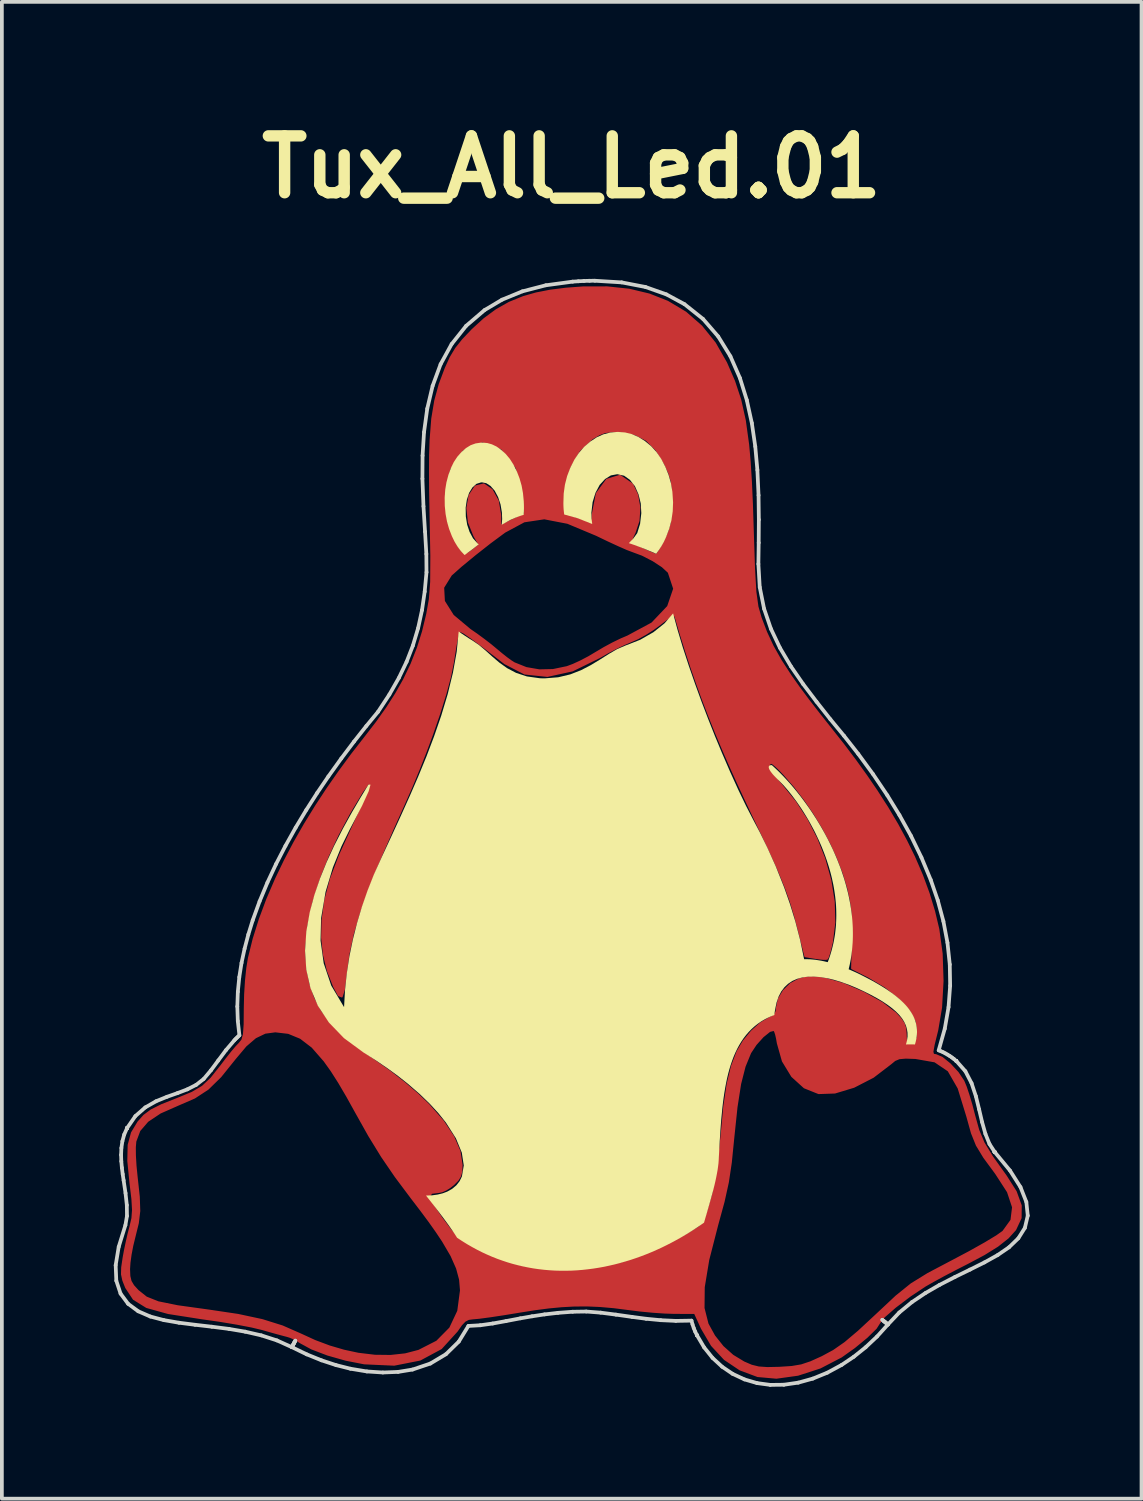
<source format=kicad_pcb>
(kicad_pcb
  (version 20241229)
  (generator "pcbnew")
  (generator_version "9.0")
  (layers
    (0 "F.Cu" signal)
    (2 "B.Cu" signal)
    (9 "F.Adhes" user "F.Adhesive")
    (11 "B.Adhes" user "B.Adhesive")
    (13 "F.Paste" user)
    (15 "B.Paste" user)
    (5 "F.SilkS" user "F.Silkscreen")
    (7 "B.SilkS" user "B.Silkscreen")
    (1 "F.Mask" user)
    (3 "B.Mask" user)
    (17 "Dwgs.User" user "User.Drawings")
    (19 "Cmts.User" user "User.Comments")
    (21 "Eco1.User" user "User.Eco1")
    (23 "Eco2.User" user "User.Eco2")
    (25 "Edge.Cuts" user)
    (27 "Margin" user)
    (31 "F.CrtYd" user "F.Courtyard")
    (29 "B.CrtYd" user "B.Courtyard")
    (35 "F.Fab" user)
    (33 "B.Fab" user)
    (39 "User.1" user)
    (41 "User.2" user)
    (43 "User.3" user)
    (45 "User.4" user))
  (footprint "Tux_All_Led.01"
    (layer "F.Cu")
    (at 12.27 19.273)
    (property "Reference" "Tux_All_Led.01" (at 0 -17.847 0) (layer "F.SilkS") (effects (font (size 1.524 1.524) (thickness 0.305))))
    (attr smd)
    (fp_poly (pts (xy 4.986 14.558) (xy 4.319 14.007) (xy 4.616 14.187) (xy 4.821 14.275) (xy 5.013 14.322) (xy 5.244 14.338) (xy 5.569 14.331) (xy 5.9 14.309) (xy 6.159 14.265) (xy 6.408 14.182) (xy 6.713 14.044) (xy 6.713 14.044) (xy 7.022 13.877) (xy 7.328 13.664) (xy 7.688 13.36) (xy 8.164 12.918) (xy 8.699 12.417) (xy 9.103 12.091) (xy 9.55 11.815) (xy 10.214 11.465) (xy 10.674 11.221) (xy 11.082 10.992) (xy 11.393 10.804) (xy 11.564 10.683) (xy 11.784 10.378) (xy 11.827 10.03) (xy 11.69 9.618) (xy 11.371 9.125) (xy 11.053 8.693) (xy 10.856 8.368) (xy 10.724 8.04) (xy 10.601 7.597) (xy 10.368 6.839) (xy 10.099 6.371) (xy 9.735 6.125) (xy 9.217 6.034) (xy 8.951 6.025) (xy 8.781 6.04) (xy 8.66 6.09) (xy 8.545 6.185) (xy 8.082 6.539) (xy 7.564 6.806) (xy 7.055 6.96) (xy 6.619 6.975) (xy 6.238 6.822) (xy 5.907 6.522) (xy 5.658 6.113) (xy 5.523 5.634) (xy 5.501 5.507) (xy 5.476 5.398) (xy 5.449 5.319) (xy 5.424 5.28) (xy 5.306 5.311) (xy 5.126 5.456) (xy 4.937 5.666) (xy 4.788 5.891) (xy 4.638 6.258) (xy 4.519 6.724) (xy 4.422 7.346) (xy 4.335 8.175) (xy 4.269 8.834) (xy 4.19 9.362) (xy 4.076 9.879) (xy 3.905 10.504) (xy 3.665 11.439) (xy 3.544 12.172) (xy 3.538 12.734) (xy 3.645 13.158) (xy 3.823 13.481) (xy 4.051 13.768) (xy 4.319 14.007) (xy 4.986 14.558) (xy 4.512 14.381) (xy 4.1 14.104) (xy 2.469 11.076) (xy 3.053 10.787) (xy 3.432 10.556) (xy 3.614 10.259) (xy 3.783 9.702) (xy 3.923 8.951) (xy 4.018 8.076) (xy 4.088 7.319) (xy 4.178 6.721) (xy 4.294 6.246) (xy 4.443 5.857) (xy 4.607 5.579) (xy 4.823 5.317) (xy 5.061 5.102) (xy 5.292 4.963) (xy 5.391 4.913) (xy 5.454 4.854) (xy 5.488 4.781) (xy 5.498 4.685) (xy 5.548 4.454) (xy 5.68 4.23) (xy 5.872 4.042) (xy 6.101 3.92) (xy 6.257 3.878) (xy 6.41 3.862) (xy 6.584 3.872) (xy 6.804 3.907) (xy 7.29 4.049) (xy 7.828 4.281) (xy 8.322 4.556) (xy 8.677 4.828) (xy 8.818 4.98) (xy 8.903 5.107) (xy 8.945 5.235) (xy 8.956 5.389) (xy 8.961 5.53) (xy 8.982 5.616) (xy 9.022 5.659) (xy 9.089 5.671) (xy 9.2 5.621) (xy 9.266 5.486) (xy 9.28 5.285) (xy 9.239 5.039) (xy 9.087 4.751) (xy 8.797 4.434) (xy 8.409 4.124) (xy 7.962 3.857) (xy 7.85 3.801) (xy 7.737 3.744) (xy 7.625 3.688) (xy 7.513 3.631) (xy 7.518 3.432) (xy 7.523 3.233) (xy 7.528 3.033) (xy 7.533 2.834) (xy 7.536 2.419) (xy 7.518 2.085) (xy 7.476 1.785) (xy 7.406 1.473) (xy 7.286 1.076) (xy 7.13 0.67) (xy 6.943 0.261) (xy 6.727 -0.146) (xy 6.497 -0.526) (xy 6.246 -0.893) (xy 5.979 -1.242) (xy 5.696 -1.568) (xy 5.58 -1.689) (xy 5.476 -1.788) (xy 5.395 -1.854) (xy 5.348 -1.879) (xy 5.283 -1.833) (xy 5.315 -1.704) (xy 5.436 -1.51) (xy 5.64 -1.265) (xy 5.994 -0.829) (xy 6.304 -0.351) (xy 6.564 0.157) (xy 6.773 0.685) (xy 6.936 1.267) (xy 7.028 1.843) (xy 7.044 2.399) (xy 6.98 2.92) (xy 6.941 3.088) (xy 6.903 3.229) (xy 6.87 3.329) (xy 6.847 3.372) (xy 6.809 3.379) (xy 6.737 3.377) (xy 6.641 3.368) (xy 6.532 3.352) (xy 6.464 3.341) (xy 6.396 3.33) (xy 6.328 3.318) (xy 6.26 3.307) (xy 6.218 3.139) (xy 6.176 2.972) (xy 6.134 2.804) (xy 6.092 2.637) (xy 5.982 2.218) (xy 5.869 1.843) (xy 5.735 1.468) (xy 5.564 1.05) (xy 5.431 0.748) (xy 5.272 0.402) (xy 5.083 -0.000007) (xy 4.86 -0.468) (xy 4.642 -0.929) (xy 4.437 -1.371) (xy 4.245 -1.797) (xy 4.064 -2.21) (xy 3.871 -2.667) (xy 3.691 -3.113) (xy 3.521 -3.553) (xy 3.361 -3.991) (xy 3.206 -4.435) (xy 3.058 -4.884) (xy 2.915 -5.343) (xy 2.776 -5.814) (xy 2.739 -5.832) (xy 2.657 -5.8) (xy 2.531 -5.719) (xy 2.367 -5.592) (xy 2.187 -5.46) (xy 1.982 -5.33) (xy 1.777 -5.216) (xy 1.596 -5.136) (xy 1.41 -5.057) (xy 1.188 -4.951) (xy 0.959 -4.83) (xy 0.751 -4.71) (xy 0.022 -4.353) (xy -0.651 -4.205) (xy -1.257 -4.269) (xy -1.787 -4.543) (xy -2.313 -4.948) (xy -2.67 -5.214) (xy -2.882 -5.361) (xy -2.975 -5.407) (xy -3.018 -5.383) (xy -3.058 -5.273) (xy -3.107 -5.018) (xy -3.18 -4.56) (xy -3.255 -4.188) (xy -3.378 -3.73) (xy -3.541 -3.207) (xy -3.738 -2.636) (xy -3.909 -2.175) (xy -4.094 -1.705) (xy -4.288 -1.237) (xy -4.49 -0.778) (xy -4.781 -0.13) (xy -5.034 0.45) (xy -5.252 0.968) (xy -5.438 1.432) (xy -5.684 2.113) (xy -5.859 2.702) (xy -5.975 3.235) (xy -6.046 3.75) (xy -6.099 4.192) (xy -6.159 4.386) (xy -6.243 4.352) (xy -6.371 4.114) (xy -6.537 3.692) (xy -6.643 3.258) (xy -6.691 2.808) (xy -6.68 2.34) (xy -6.605 1.794) (xy -6.457 1.238) (xy -6.214 0.599) (xy -5.85 -0.199) (xy -5.55 -0.861) (xy -5.402 -1.266) (xy -5.419 -1.364) (xy -5.614 -1.102) (xy -5.959 -0.526) (xy -6.264 0.046) (xy -6.527 0.609) (xy -6.747 1.159) (xy -6.969 1.855) (xy -7.109 2.507) (xy -7.165 3.106) (xy -7.134 3.639) (xy -7.048 4.054) (xy -6.922 4.424) (xy -6.745 4.762) (xy -6.507 5.082) (xy -6.276 5.324) (xy -5.999 5.571) (xy -5.669 5.828) (xy -5.283 6.102) (xy -4.858 6.404) (xy -4.474 6.704) (xy -4.13 6.999) (xy -3.829 7.288) (xy -3.447 7.723) (xy -3.17 8.139) (xy -3.001 8.532) (xy -2.945 8.899) (xy -2.953 9.071) (xy -2.986 9.198) (xy -3.054 9.306) (xy -3.169 9.421) (xy -3.269 9.499) (xy -3.374 9.563) (xy -3.472 9.607) (xy -3.551 9.623) (xy -3.758 9.649) (xy -3.819 9.748) (xy -3.729 9.958) (xy -3.486 10.318) (xy -3.243 10.643) (xy -3.042 10.854) (xy -2.801 11.018) (xy -2.439 11.205) (xy -2.153 11.336) (xy -1.845 11.459) (xy -1.552 11.561) (xy -1.31 11.628) (xy -0.715 11.703) (xy -0.004 11.708) (xy 0.715 11.649) (xy 1.336 11.528) (xy 1.336 11.528) (xy 1.336 11.528) (xy 1.336 11.528) (xy 1.336 11.528) (xy 1.336 11.528) (xy 1.843 11.348) (xy 2.469 11.076) (xy 4.1 14.104) (xy 3.755 13.732) (xy 3.486 13.273) (xy 3.44 13.172) (xy 3.394 13.07) (xy 3.347 12.969) (xy 3.301 12.867) (xy -2.969 12.26) (xy -2.993 11.969) (xy -3.074 11.667) (xy -3.223 11.33) (xy -3.452 10.939) (xy -3.616 10.693) (xy -3.808 10.421) (xy -4.032 10.119) (xy -4.289 9.783) (xy -4.717 9.211) (xy -5.085 8.673) (xy -5.43 8.111) (xy -5.79 7.469) (xy -6.022 7.051) (xy -6.236 6.687) (xy -6.436 6.373) (xy -6.626 6.107) (xy -6.949 5.737) (xy -7.265 5.495) (xy -7.59 5.361) (xy -7.942 5.32) (xy -8.216 5.357) (xy -8.474 5.481) (xy -8.734 5.704) (xy -9.016 6.039) (xy -9.41 6.529) (xy -9.749 6.861) (xy -10.107 7.095) (xy -10.556 7.29) (xy -11.027 7.498) (xy -11.364 7.723) (xy -11.581 7.975) (xy -11.69 8.266) (xy -11.703 8.421) (xy -11.701 8.648) (xy -11.685 8.918) (xy -11.657 9.199) (xy -11.597 9.749) (xy -11.584 10.131) (xy -11.623 10.457) (xy -11.717 10.838) (xy -11.772 11.063) (xy -11.817 11.299) (xy -11.847 11.518) (xy -11.858 11.691) (xy -11.85 11.878) (xy -11.817 12.015) (xy -11.746 12.135) (xy -11.625 12.268) (xy -11.399 12.448) (xy -11.081 12.575) (xy -10.559 12.681) (xy -9.722 12.797) (xy -8.938 12.914) (xy -8.295 13.052) (xy -7.752 13.222) (xy -7.265 13.436) (xy -6.879 13.613) (xy -6.489 13.759) (xy -6.1 13.873) (xy -5.717 13.955) (xy -5.274 14.008) (xy -4.852 14.013) (xy -4.457 13.97) (xy -4.097 13.876) (xy -4.097 13.876) (xy -3.611 13.628) (xy -3.258 13.271) (xy -3.042 12.813) (xy -2.969 12.26) (xy 3.301 12.867) (xy 3.166 12.867) (xy 3.03 12.867) (xy 2.895 12.866) (xy 2.759 12.866) (xy 2.493 12.857) (xy 2.169 12.835) (xy 1.829 12.802) (xy 1.512 12.762) (xy 1.127 12.713) (xy 0.764 12.681) (xy 0.412 12.666) (xy 0.06 12.669) (xy -0.269 12.687) (xy -0.615 12.72) (xy -0.985 12.768) (xy -1.388 12.832) (xy -1.809 12.901) (xy -2.187 12.958) (xy -2.479 12.997) (xy -2.646 13.012) (xy -2.764 13.028) (xy -2.861 13.078) (xy -2.958 13.18) (xy -3.074 13.347) (xy -3.498 13.813) (xy -4.063 14.117) (xy -4.755 14.254) (xy -5.558 14.218) (xy -6.051 14.121) (xy -6.541 13.982) (xy -6.968 13.819) (xy -7.272 13.653) (xy -7.354 13.6) (xy -7.448 13.55) (xy -7.542 13.509) (xy -7.625 13.483) (xy -7.732 13.455) (xy -7.895 13.411) (xy -8.089 13.357) (xy -8.295 13.298) (xy -8.576 13.231) (xy -8.976 13.154) (xy -9.441 13.077) (xy -9.918 13.009) (xy -10.813 12.869) (xy -11.39 12.708) (xy -11.738 12.492) (xy -11.942 12.184) (xy -12.019 11.99) (xy -12.054 11.829) (xy -12.049 11.645) (xy -12.011 11.388) (xy -11.973 11.179) (xy -11.925 10.952) (xy -11.875 10.734) (xy -11.827 10.551) (xy -11.775 10.327) (xy -11.758 10.105) (xy -11.775 9.812) (xy -11.827 9.376) (xy -11.885 8.789) (xy -11.875 8.362) (xy -11.787 8.036) (xy -11.615 7.75) (xy -11.458 7.573) (xy -11.266 7.431) (xy -10.986 7.291) (xy -10.567 7.125) (xy -10.172 6.962) (xy -9.892 6.797) (xy -9.657 6.575) (xy -9.394 6.243) (xy -9.247 6.05) (xy -9.106 5.872) (xy -8.986 5.73) (xy -8.904 5.644) (xy -8.829 5.55) (xy -3.42 -6.21) (xy -3.179 -5.827) (xy -2.725 -5.447) (xy -2.547 -5.324) (xy -2.354 -5.182) (xy -2.167 -5.038) (xy -2.012 -4.909) (xy -1.875 -4.795) (xy -1.741 -4.689) (xy -1.624 -4.604) (xy -1.54 -4.551) (xy -1.218 -4.422) (xy -0.867 -4.361) (xy -0.499 -4.369) (xy -0.124 -4.447) (xy -0.124 -4.447) (xy 0.04 -4.508) (xy 0.242 -4.601) (xy 0.459 -4.715) (xy 0.663 -4.836) (xy 0.872 -4.96) (xy 1.1 -5.083) (xy 1.32 -5.19) (xy 1.505 -5.269) (xy 2.155 -5.619) (xy 2.582 -6.068) (xy 2.745 -6.546) (xy 2.599 -6.987) (xy 2.432 -7.141) (xy 2.181 -7.305) (xy 1.895 -7.452) (xy 1.618 -7.555) (xy 1.488 -7.604) (xy 1.265 -7.702) (xy 0.981 -7.833) (xy 0.665 -7.985) (xy -0.107 -8.308) (xy -0.733 -8.429) (xy -1.274 -8.348) (xy -1.793 -8.069) (xy -2.186 -7.778) (xy -2.597 -7.455) (xy -2.967 -7.15) (xy -3.233 -6.913) (xy -3.44 -6.578) (xy -3.42 -6.21) (xy -8.829 5.55) (xy -8.786 5.401) (xy -8.767 5.135) (xy -8.763 4.694) (xy -8.754 4.325) (xy -8.731 3.957) (xy -8.696 3.622) (xy -8.652 3.352) (xy -8.526 2.843) (xy -8.362 2.319) (xy -8.162 1.781) (xy -7.926 1.232) (xy -7.693 0.748) (xy -7.435 0.258) (xy -7.152 -0.237) (xy -6.845 -0.735) (xy -6.546 -1.19) (xy -6.228 -1.646) (xy -5.892 -2.103) (xy -5.537 -2.559) (xy -5.222 -2.967) (xy -4.946 -3.357) (xy -4.704 -3.736) (xy -4.495 -4.107) (xy -4.294 -4.527) (xy -4.126 -4.955) (xy -3.081 -7.683) (xy -2.97 -7.532) (xy -2.875 -7.469) (xy -2.771 -7.491) (xy -2.632 -7.591) (xy -2.632 -7.591) (xy -2.632 -7.591) (xy -2.592 -7.624) (xy -2.552 -7.657) (xy -2.512 -7.69) (xy -2.472 -7.724) (xy -2.507 -7.782) (xy -2.541 -7.841) (xy -2.575 -7.9) (xy -2.609 -7.959) (xy -2.757 -8.326) (xy -2.799 -8.707) (xy -2.739 -9.047) (xy -2.577 -9.289) (xy -2.355 -9.344) (xy -2.139 -9.196) (xy -1.975 -8.9) (xy -1.91 -8.51) (xy -1.91 -8.44) (xy -1.91 -8.37) (xy -1.91 -8.3) (xy -1.91 -8.231) (xy -1.829 -8.27) (xy -1.748 -8.309) (xy -1.666 -8.349) (xy -1.585 -8.388) (xy -1.504 -8.428) (xy -1.423 -8.467) (xy -1.342 -8.507) (xy -1.261 -8.546) (xy -1.267 -8.662) (xy -1.274 -8.778) (xy -1.281 -8.894) (xy -1.287 -9.01) (xy -1.476 -9.784) (xy -1.877 -10.303) (xy -2.393 -10.49) (xy -2.926 -10.272) (xy -3.274 -9.759) (xy -3.42 -9.081) (xy -3.358 -8.351) (xy -3.081 -7.683) (xy -4.126 -4.955) (xy -3.987 -5.397) (xy -3.874 -5.864) (xy -3.803 -6.265) (xy -3.768 -6.726) (xy -0.199 -9.268) (xy -0.226 -8.681) (xy -0.206 -8.608) (xy -0.154 -8.547) (xy -0.062 -8.495) (xy 0.073 -8.447) (xy 0.193 -8.41) (xy 0.306 -8.374) (xy 0.4 -8.344) (xy 0.461 -8.322) (xy 0.507 -8.317) (xy 0.538 -8.347) (xy 0.554 -8.416) (xy 0.56 -8.528) (xy 0.671 -9.098) (xy 0.944 -9.469) (xy 1.293 -9.574) (xy 1.627 -9.345) (xy 1.761 -9.059) (xy 1.819 -8.718) (xy 1.796 -8.367) (xy 1.692 -8.053) (xy 1.639 -7.942) (xy 1.604 -7.848) (xy 1.59 -7.781) (xy 1.599 -7.751) (xy 1.642 -7.733) (xy 1.72 -7.698) (xy 1.822 -7.651) (xy 1.935 -7.598) (xy 2.049 -7.545) (xy 2.149 -7.502) (xy 2.225 -7.471) (xy 2.265 -7.458) (xy 2.3 -7.488) (xy 2.358 -7.574) (xy 2.431 -7.701) (xy 2.512 -7.858) (xy 2.512 -7.858) (xy 2.616 -8.09) (xy 2.676 -8.299) (xy 2.704 -8.538) (xy 2.712 -8.864) (xy 2.705 -9.193) (xy 2.675 -9.433) (xy 2.611 -9.643) (xy 2.5 -9.884) (xy 2.266 -10.267) (xy 2.004 -10.53) (xy 1.694 -10.687) (xy 1.315 -10.753) (xy 1.072 -10.76) (xy 0.896 -10.74) (xy 0.737 -10.68) (xy 0.549 -10.569) (xy 0.202 -10.246) (xy -0.052 -9.801) (xy -0.199 -9.268) (xy -3.768 -6.726) (xy -3.764 -7.426) (xy -3.785 -8.546) (xy -3.796 -9.147) (xy -3.8 -9.671) (xy -3.797 -10.128) (xy -3.784 -10.526) (xy -3.739 -11.103) (xy -3.659 -11.584) (xy -3.541 -12.018) (xy -3.378 -12.453) (xy -3.246 -12.742) (xy -3.101 -12.983) (xy -2.914 -13.218) (xy -2.656 -13.489) (xy -2.338 -13.779) (xy -2.013 -14.018) (xy -1.669 -14.212) (xy -1.295 -14.364) (xy -0.952 -14.462) (xy -0.574 -14.536) (xy -0.154 -14.589) (xy 0.313 -14.624) (xy 0.951 -14.625) (xy 1.541 -14.562) (xy 2.08 -14.433) (xy 2.571 -14.239) (xy 3.055 -13.949) (xy 3.478 -13.579) (xy 3.84 -13.129) (xy 4.142 -12.6) (xy 4.356 -12.108) (xy 4.521 -11.61) (xy 4.644 -11.058) (xy 4.734 -10.405) (xy 4.775 -9.942) (xy 4.808 -9.415) (xy 4.835 -8.812) (xy 4.857 -8.123) (xy 4.891 -7.092) (xy 4.928 -6.456) (xy 4.983 -6.064) (xy 5.069 -5.764) (xy 5.216 -5.379) (xy 5.391 -5.004) (xy 5.609 -4.618) (xy 5.883 -4.196) (xy 6.097 -3.895) (xy 6.344 -3.563) (xy 6.629 -3.195) (xy 6.955 -2.784) (xy 7.292 -2.357) (xy 7.606 -1.94) (xy 7.899 -1.533) (xy 8.17 -1.136) (xy 8.465 -0.677) (xy 8.731 -0.228) (xy 8.969 0.212) (xy 9.181 0.644) (xy 9.393 1.135) (xy 9.571 1.621) (xy 9.717 2.102) (xy 9.831 2.581) (xy 9.92 3.235) (xy 9.944 3.965) (xy 9.904 4.679) (xy 9.802 5.283) (xy 9.707 5.666) (xy 9.671 5.865) (xy 9.691 5.941) (xy 9.765 5.953) (xy 9.926 6.022) (xy 10.139 6.196) (xy 10.349 6.423) (xy 10.502 6.652) (xy 10.564 6.802) (xy 10.638 7.022) (xy 10.716 7.283) (xy 10.787 7.556) (xy 10.902 7.969) (xy 11.045 8.309) (xy 11.272 8.682) (xy 11.639 9.195) (xy 11.905 9.614) (xy 12.039 9.984) (xy 12.036 10.318) (xy 11.89 10.63) (xy 11.692 10.849) (xy 11.415 11.068) (xy 11.055 11.292) (xy 10.612 11.528) (xy 10.294 11.69) (xy 9.973 11.858) (xy 9.689 12.013) (xy 9.477 12.134) (xy 9.072 12.403) (xy 8.674 12.704) (xy 8.371 12.968) (xy 8.25 13.123) (xy 8.154 13.273) (xy 7.909 13.513) (xy 7.577 13.786) (xy 7.224 14.037) (xy 6.659 14.33) (xy 6.063 14.523) (xy 5.488 14.603) (xy 4.986 14.558) (xy 4.986 14.558) (xy 4.986 14.558) (xy 4.986 14.558) (xy 4.986 14.558) (xy 4.986 14.558)) (stroke (width 0.047) (type solid)) (fill yes) (layer "F.Cu"))
    (fp_poly (pts (xy 11.818 10.192) (xy 11.201 10.934) (xy 9.72 11.682) (xy 8.162 12.879) (xy 6.923 13.934) (xy 5.642 14.354) (xy 3.694 13.239) (xy 3.694 13.238) (xy 3.693 13.235) (xy 3.76 11.143) (xy 4.334 8.794) (xy 4.334 8.792) (xy 4.575 6.556) (xy 5.366 5.339) (xy 5.423 5.309) (xy 6.511 7.012) (xy 7.728 6.804) (xy 8.732 6.07) (xy 8.99 6.06) (xy 10.038 6.364) (xy 10.039 6.365) (xy 10.04 6.366) (xy 10.523 7.452) (xy 11.03 8.767) (xy 11.03 8.767) (xy 11.031 8.768) (xy 11.818 10.191) (xy 11.818 10.192)) (stroke (width 0) (type solid)) (fill yes) (layer "F.Mask"))
    (fp_poly (pts (xy -2.975 12.344) (xy -2.975 12.346) (xy -2.975 12.349) (xy -4.365 13.956) (xy -5.74 13.954) (xy -7.327 13.391) (xy -7.328 13.391) (xy -9.201 12.844) (xy -10.861 12.629) (xy -11.752 12.124) (xy -11.602 10.6) (xy -11.6 10.597) (xy -11.599 10.593) (xy -11.632 9.21) (xy -11.58 8.052) (xy -11.579 8.049) (xy -10.725 7.398) (xy -9.594 6.826) (xy -9.592 6.824) (xy -9.59 6.822) (xy -8.765 5.782) (xy -7.949 5.367) (xy -7.937 5.367) (xy -7.741 5.383) (xy -6.478 6.31) (xy -5.349 8.368) (xy -5.348 8.37) (xy -5.348 8.37) (xy -3.874 10.392) (xy -2.975 12.344) (xy -2.975 12.344)) (stroke (width 0) (type solid)) (fill yes) (layer "F.Mask"))
    (fp_poly (pts (xy -0.738 -8.379) (xy -1.278 -7.901) (xy -1.196 -7.897) (xy -1.12 -7.87) (xy -1.105 -7.859) (xy -1.091 -7.843) (xy -1.083 -7.825) (xy -1.083 -7.807) (xy -1.115 -7.767) (xy -1.169 -7.746) (xy -1.23 -7.732) (xy -1.287 -7.713) (xy -1.33 -7.685) (xy -1.37 -7.654) (xy -1.412 -7.627) (xy -1.458 -7.615) (xy -1.51 -7.618) (xy -1.564 -7.633) (xy -1.606 -7.659) (xy -1.627 -7.699) (xy -1.614 -7.755) (xy -1.567 -7.801) (xy -1.504 -7.837) (xy -1.441 -7.864) (xy -1.362 -7.888) (xy -1.278 -7.901) (xy -0.738 -8.379) (xy -0.206 -7.901) (xy -0.122 -7.888) (xy -0.043 -7.864) (xy 0.02 -7.837) (xy 0.083 -7.801) (xy 0.13 -7.755) (xy 0.144 -7.699) (xy 0.123 -7.659) (xy 0.08 -7.633) (xy 0.026 -7.618) (xy -0.025 -7.615) (xy -0.072 -7.627) (xy -0.114 -7.654) (xy -0.154 -7.685) (xy -0.196 -7.713) (xy -0.254 -7.732) (xy -0.315 -7.746) (xy -0.369 -7.767) (xy -0.401 -7.807) (xy -0.401 -7.825) (xy -0.393 -7.843) (xy -0.379 -7.859) (xy -0.363 -7.87) (xy -0.288 -7.897) (xy -0.206 -7.901) (xy -0.738 -8.379) (xy 1.973 -6.829) (xy 2.043 -6.789) (xy 2.025 -6.704) (xy 1.936 -6.585) (xy 1.791 -6.446) (xy 1.604 -6.291) (xy 1.387 -6.129) (xy 1.274 -6.05) (xy 1.159 -5.975) (xy 1.047 -5.907) (xy 0.938 -5.847) (xy 0.731 -5.739) (xy 0.517 -5.631) (xy 0.295 -5.526) (xy 0.067 -5.43) (xy -0.168 -5.347) (xy -0.408 -5.282) (xy -0.653 -5.24) (xy -0.903 -5.224) (xy -1.148 -5.238) (xy -1.379 -5.277) (xy -1.597 -5.338) (xy -1.802 -5.417) (xy -1.993 -5.51) (xy -2.17 -5.613) (xy -2.334 -5.723) (xy -2.484 -5.836) (xy -2.553 -5.892) (xy -2.62 -5.949) (xy -2.742 -6.057) (xy -2.851 -6.157) (xy -2.945 -6.246) (xy -3.057 -6.373) (xy -3.1 -6.497) (xy -3.089 -6.589) (xy -3.04 -6.623) (xy -2.955 -6.583) (xy -2.897 -6.506) (xy -2.848 -6.417) (xy -2.792 -6.34) (xy -2.698 -6.251) (xy -2.646 -6.203) (xy -2.591 -6.153) (xy -2.534 -6.102) (xy -2.474 -6.049) (xy -2.41 -5.996) (xy -2.345 -5.943) (xy -2.204 -5.836) (xy -2.052 -5.734) (xy -1.888 -5.639) (xy -1.714 -5.554) (xy -1.528 -5.482) (xy -1.331 -5.427) (xy -1.123 -5.392) (xy -0.903 -5.379) (xy -0.674 -5.395) (xy -0.44 -5.438) (xy -0.205 -5.503) (xy 0.026 -5.585) (xy 0.249 -5.679) (xy 0.46 -5.778) (xy 0.654 -5.878) (xy 0.826 -5.972) (xy 0.92 -6.027) (xy 1.018 -6.091) (xy 1.12 -6.161) (xy 1.224 -6.235) (xy 1.328 -6.312) (xy 1.431 -6.389) (xy 1.628 -6.536) (xy 1.741 -6.644) (xy 1.814 -6.742) (xy 1.879 -6.811) (xy 1.973 -6.829) (xy -0.738 -8.379) (xy -0.817 -8.377) (xy -0.895 -8.372) (xy -0.97 -8.364) (xy -1.043 -8.352) (xy -1.114 -8.338) (xy -1.183 -8.321) (xy -1.25 -8.302) (xy -1.315 -8.281) (xy -1.495 -8.209) (xy -1.659 -8.123) (xy -1.808 -8.028) (xy -1.943 -7.927) (xy -2.064 -7.826) (xy -2.173 -7.727) (xy -2.269 -7.636) (xy -2.352 -7.555) (xy -2.353 -7.555) (xy -2.353 -7.555) (xy -2.353 -7.555) (xy -2.353 -7.554) (xy -2.369 -7.54) (xy -2.387 -7.525) (xy -2.407 -7.509) (xy -2.431 -7.491) (xy -2.458 -7.471) (xy -2.491 -7.447) (xy -2.529 -7.42) (xy -2.573 -7.387) (xy -2.624 -7.35) (xy -2.681 -7.308) (xy -2.745 -7.262) (xy -2.816 -7.209) (xy -2.893 -7.152) (xy -2.977 -7.09) (xy -3.069 -7.021) (xy -3.169 -6.946) (xy -3.253 -6.875) (xy -3.322 -6.798) (xy -3.375 -6.717) (xy -3.413 -6.63) (xy -3.435 -6.54) (xy -3.442 -6.445) (xy -3.433 -6.346) (xy -3.409 -6.242) (xy -3.368 -6.135) (xy -3.31 -6.025) (xy -3.233 -5.913) (xy -3.138 -5.8) (xy -3.023 -5.687) (xy -2.889 -5.575) (xy -2.735 -5.465) (xy -2.559 -5.358) (xy -2.559 -5.358) (xy -2.559 -5.358) (xy -2.558 -5.358) (xy -2.558 -5.358) (xy -2.447 -5.287) (xy -2.343 -5.212) (xy -2.246 -5.134) (xy -2.154 -5.054) (xy -2.064 -4.973) (xy -1.977 -4.893) (xy -1.889 -4.815) (xy -1.8 -4.74) (xy -1.754 -4.705) (xy -1.708 -4.67) (xy -1.661 -4.637) (xy -1.612 -4.605) (xy -1.562 -4.574) (xy -1.51 -4.545) (xy -1.456 -4.518) (xy -1.4 -4.492) (xy -1.342 -4.469) (xy -1.281 -4.448) (xy -1.217 -4.428) (xy -1.15 -4.412) (xy -1.08 -4.397) (xy -1.006 -4.385) (xy -0.928 -4.376) (xy -0.847 -4.37) (xy -0.657 -4.367) (xy -0.479 -4.38) (xy -0.312 -4.407) (xy -0.154 -4.446) (xy -0.005 -4.496) (xy 0.136 -4.555) (xy 0.271 -4.62) (xy 0.401 -4.691) (xy 0.526 -4.766) (xy 0.648 -4.842) (xy 0.767 -4.919) (xy 0.885 -4.993) (xy 1.002 -5.064) (xy 1.119 -5.128) (xy 1.239 -5.184) (xy 1.361 -5.23) (xy 1.362 -5.23) (xy 1.362 -5.231) (xy 1.362 -5.231) (xy 1.607 -5.32) (xy 1.832 -5.427) (xy 2.036 -5.547) (xy 2.216 -5.68) (xy 2.372 -5.822) (xy 2.502 -5.971) (xy 2.603 -6.122) (xy 2.676 -6.275) (xy 2.7 -6.35) (xy 2.718 -6.425) (xy 2.727 -6.499) (xy 2.73 -6.571) (xy 2.724 -6.642) (xy 2.71 -6.712) (xy 2.689 -6.78) (xy 2.659 -6.848) (xy 2.659 -6.848) (xy 2.621 -6.914) (xy 2.573 -6.979) (xy 2.515 -7.043) (xy 2.447 -7.104) (xy 2.369 -7.164) (xy 2.28 -7.22) (xy 2.18 -7.274) (xy 2.068 -7.324) (xy 2.067 -7.324) (xy 2.067 -7.324) (xy 2.067 -7.324) (xy 2.066 -7.324) (xy 2.065 -7.324) (xy 1.836 -7.419) (xy 1.637 -7.494) (xy 1.461 -7.556) (xy 1.304 -7.61) (xy 1.16 -7.662) (xy 1.025 -7.719) (xy 0.894 -7.784) (xy 0.759 -7.864) (xy 0.54 -7.996) (xy 0.331 -8.106) (xy 0.131 -8.195) (xy -0.06 -8.265) (xy -0.242 -8.318) (xy -0.416 -8.353) (xy -0.581 -8.373) (xy -0.738 -8.379)) (stroke (width 0) (type solid)) (fill yes) (layer "F.Mask"))
    (fp_poly (pts (xy 2.719 -8.872) (xy 2.709 -8.62) (xy 2.675 -8.381) (xy 2.615 -8.151) (xy 2.529 -7.925) (xy 2.471 -7.8) (xy 2.407 -7.686) (xy 2.338 -7.58) (xy 2.264 -7.482) (xy 2.237 -7.494) (xy 2.21 -7.507) (xy 2.182 -7.519) (xy 2.154 -7.53) (xy 1.968 -7.608) (xy 1.802 -7.672) (xy 1.66 -7.724) (xy 1.533 -7.767) (xy 1.651 -7.889) (xy 1.758 -8.036) (xy 1.834 -8.283) (xy 1.865 -8.551) (xy 1.866 -8.562) (xy 1.867 -8.574) (xy 1.852 -8.832) (xy 1.793 -9.073) (xy 1.696 -9.293) (xy 1.563 -9.462) (xy 1.406 -9.574) (xy 1.234 -9.612) (xy 1.225 -9.613) (xy 1.217 -9.613) (xy 1.052 -9.582) (xy 0.896 -9.485) (xy 0.751 -9.327) (xy 0.638 -9.114) (xy 0.562 -8.867) (xy 0.531 -8.598) (xy 0.53 -8.587) (xy 0.53 -8.576) (xy 0.533 -8.424) (xy 0.551 -8.28) (xy 0.165 -8.433) (xy -0.2 -8.535) (xy -0.208 -8.604) (xy -0.215 -8.673) (xy -0.219 -8.745) (xy -0.221 -8.817) (xy -0.221 -8.824) (xy -0.221 -8.831) (xy -0.221 -8.837) (xy -0.221 -8.844) (xy -0.213 -9.096) (xy -0.18 -9.334) (xy -0.121 -9.564) (xy -0.035 -9.791) (xy 0.072 -10.003) (xy 0.194 -10.186) (xy 0.334 -10.347) (xy 0.497 -10.488) (xy 0.671 -10.603) (xy 0.849 -10.683) (xy 1.033 -10.731) (xy 1.229 -10.748) (xy 1.232 -10.748) (xy 1.235 -10.748) (xy 1.239 -10.748) (xy 1.242 -10.748) (xy 1.434 -10.733) (xy 1.616 -10.688) (xy 1.792 -10.611) (xy 1.966 -10.502) (xy 2.132 -10.364) (xy 2.276 -10.206) (xy 2.401 -10.025) (xy 2.51 -9.815) (xy 2.598 -9.596) (xy 2.661 -9.374) (xy 2.7 -9.143) (xy 2.716 -8.897) (xy 2.716 -8.891) (xy 2.717 -8.885) (xy 2.717 -8.878) (xy 2.719 -8.872) (xy 2.719 -8.872) (xy 2.719 -8.872) (xy 2.719 -8.872) (xy 2.719 -8.872) (xy 2.719 -8.872)) (stroke (width 0) (type solid)) (fill yes) (layer "F.SilkS"))
    (fp_poly (pts (xy -1.286 -8.525) (xy -1.312 -8.517) (xy -1.338 -8.51) (xy -1.363 -8.501) (xy -1.388 -8.493) (xy -1.524 -8.442) (xy -1.648 -8.387) (xy -1.874 -8.259) (xy -1.862 -8.412) (xy -1.869 -8.576) (xy -1.87 -8.585) (xy -1.87 -8.593) (xy -1.906 -8.806) (xy -1.971 -9) (xy -2.063 -9.173) (xy -2.175 -9.3) (xy -2.288 -9.373) (xy -2.402 -9.396) (xy -2.415 -9.395) (xy -2.427 -9.395) (xy -2.551 -9.356) (xy -2.66 -9.258) (xy -2.748 -9.114) (xy -2.809 -8.928) (xy -2.84 -8.717) (xy -2.836 -8.493) (xy -2.836 -8.484) (xy -2.835 -8.475) (xy -2.8 -8.262) (xy -2.735 -8.067) (xy -2.643 -7.896) (xy -2.53 -7.769) (xy -2.509 -7.751) (xy -2.488 -7.736) (xy -2.603 -7.646) (xy -2.705 -7.568) (xy -2.742 -7.542) (xy -2.781 -7.513) (xy -2.823 -7.482) (xy -2.869 -7.448) (xy -2.968 -7.552) (xy -3.056 -7.67) (xy -3.137 -7.804) (xy -3.21 -7.955) (xy -3.284 -8.147) (xy -3.34 -8.342) (xy -3.378 -8.547) (xy -3.4 -8.764) (xy -3.4 -8.765) (xy -3.4 -8.765) (xy -3.4 -8.766) (xy -3.4 -8.767) (xy -3.403 -8.985) (xy -3.389 -9.192) (xy -3.356 -9.393) (xy -3.304 -9.592) (xy -3.237 -9.779) (xy -3.157 -9.942) (xy -3.062 -10.085) (xy -2.951 -10.211) (xy -2.83 -10.316) (xy -2.706 -10.392) (xy -2.575 -10.439) (xy -2.435 -10.46) (xy -2.423 -10.46) (xy -2.412 -10.461) (xy -2.401 -10.461) (xy -2.39 -10.461) (xy -2.261 -10.45) (xy -2.137 -10.415) (xy -2.015 -10.357) (xy -1.893 -10.272) (xy -1.769 -10.159) (xy -1.658 -10.027) (xy -1.56 -9.874) (xy -1.471 -9.696) (xy -1.397 -9.505) (xy -1.341 -9.309) (xy -1.304 -9.105) (xy -1.283 -8.888) (xy -1.283 -8.887) (xy -1.283 -8.886) (xy -1.283 -8.885) (xy -1.283 -8.885) (xy -1.279 -8.792) (xy -1.278 -8.701) (xy -1.28 -8.612) (xy -1.286 -8.525) (xy -1.286 -8.525) (xy -1.286 -8.525) (xy -1.286 -8.525) (xy -1.286 -8.525) (xy -1.286 -8.525)) (stroke (width 0) (type solid)) (fill yes) (layer "F.SilkS"))
    (fp_poly (pts (xy 9.201 5.668) (xy 9.194 5.668) (xy 9.187 5.668) (xy 9.18 5.668) (xy 9.173 5.668) (xy 9.166 5.667) (xy 9.159 5.667) (xy 9.152 5.667) (xy 9.145 5.667) (xy 9.09 5.666) (xy 9.035 5.667) (xy 9.021 5.667) (xy 9.007 5.667) (xy 8.994 5.667) (xy 8.98 5.668) (xy 8.979 5.668) (xy 8.978 5.668) (xy 8.977 5.668) (xy 8.975 5.668) (xy 8.974 5.668) (xy 8.973 5.668) (xy 8.972 5.668) (xy 8.971 5.668) (xy 8.969 5.668) (xy 8.968 5.668) (xy 8.967 5.668) (xy 8.966 5.668) (xy 8.964 5.668) (xy 8.963 5.668) (xy 8.962 5.668) (xy 8.96 5.668) (xy 8.988 5.56) (xy 9.002 5.455) (xy 9.001 5.354) (xy 8.986 5.255) (xy 8.957 5.158) (xy 8.913 5.063) (xy 8.855 4.97) (xy 8.781 4.878) (xy 8.693 4.788) (xy 8.589 4.698) (xy 8.47 4.609) (xy 8.336 4.519) (xy 8.187 4.43) (xy 8.021 4.34) (xy 7.84 4.249) (xy 7.643 4.157) (xy 7.434 4.07) (xy 7.231 3.997) (xy 7.034 3.937) (xy 7.01 3.931) (xy 6.986 3.925) (xy 6.962 3.919) (xy 6.939 3.913) (xy 6.915 3.908) (xy 6.892 3.902) (xy 6.868 3.897) (xy 6.845 3.893) (xy 6.665 3.863) (xy 6.494 3.85) (xy 6.333 3.852) (xy 6.182 3.872) (xy 6.043 3.91) (xy 5.916 3.966) (xy 5.803 4.041) (xy 5.703 4.135) (xy 5.617 4.249) (xy 5.547 4.384) (xy 5.493 4.541) (xy 5.456 4.719) (xy 5.454 4.729) (xy 5.452 4.739) (xy 5.45 4.749) (xy 5.449 4.759) (xy 5.447 4.769) (xy 5.446 4.779) (xy 5.444 4.789) (xy 5.443 4.799) (xy 5.441 4.809) (xy 5.44 4.82) (xy 5.438 4.83) (xy 5.437 4.84) (xy 5.432 4.881) (xy 5.369 4.904) (xy 5.353 4.911) (xy 5.337 4.917) (xy 5.321 4.924) (xy 5.305 4.931) (xy 5.289 4.938) (xy 5.273 4.946) (xy 5.257 4.953) (xy 5.241 4.961) (xy 5.225 4.969) (xy 5.209 4.977) (xy 5.193 4.986) (xy 5.177 4.994) (xy 5.08 5.051) (xy 4.989 5.114) (xy 4.903 5.182) (xy 4.822 5.255) (xy 4.746 5.333) (xy 4.675 5.415) (xy 4.608 5.502) (xy 4.546 5.594) (xy 4.489 5.689) (xy 4.435 5.789) (xy 4.386 5.892) (xy 4.34 6) (xy 4.299 6.11) (xy 4.26 6.224) (xy 4.225 6.341) (xy 4.193 6.461) (xy 4.164 6.584) (xy 4.138 6.71) (xy 4.114 6.839) (xy 4.092 6.971) (xy 4.072 7.106) (xy 4.054 7.244) (xy 4.038 7.385) (xy 4.024 7.529) (xy 4.01 7.675) (xy 3.998 7.824) (xy 3.987 7.975) (xy 3.977 8.129) (xy 3.967 8.286) (xy 3.958 8.445) (xy 3.95 8.606) (xy 3.941 8.77) (xy 3.941 8.77) (xy 3.941 8.77) (xy 3.941 8.77) (xy 3.941 8.77) (xy 3.941 8.77) (xy 3.941 8.77) (xy 3.941 8.77) (xy 3.941 8.77) (xy 3.941 8.77) (xy 3.941 8.77) (xy 3.941 8.77) (xy 3.941 8.77) (xy 3.941 8.77) (xy 3.941 8.771) (xy 3.941 8.771) (xy 3.941 8.771) (xy 3.935 8.855) (xy 3.924 8.943) (xy 3.911 9.035) (xy 3.894 9.129) (xy 3.875 9.227) (xy 3.854 9.327) (xy 3.83 9.43) (xy 3.804 9.536) (xy 3.776 9.643) (xy 3.746 9.753) (xy 3.715 9.864) (xy 3.683 9.978) (xy 3.65 10.092) (xy 3.617 10.209) (xy 3.582 10.326) (xy 3.548 10.444) (xy 3.428 10.528) (xy 3.307 10.609) (xy 3.183 10.689) (xy 3.058 10.766) (xy 2.932 10.84) (xy 2.803 10.912) (xy 2.673 10.982) (xy 2.542 11.049) (xy 2.409 11.114) (xy 2.274 11.176) (xy 2.139 11.235) (xy 2.002 11.291) (xy 1.864 11.344) (xy 1.724 11.394) (xy 1.584 11.441) (xy 1.443 11.484) (xy 1.301 11.525) (xy 1.159 11.562) (xy 1.016 11.595) (xy 0.872 11.626) (xy 0.727 11.652) (xy 0.582 11.675) (xy 0.436 11.694) (xy 0.29 11.71) (xy 0.143 11.722) (xy -0.004 11.73) (xy -0.151 11.733) (xy -0.298 11.733) (xy -0.446 11.729) (xy -0.594 11.72) (xy -0.742 11.707) (xy -0.889 11.69) (xy -1.028 11.67) (xy -1.167 11.645) (xy -1.306 11.617) (xy -1.445 11.584) (xy -1.583 11.548) (xy -1.721 11.507) (xy -1.859 11.461) (xy -1.996 11.412) (xy -2.132 11.358) (xy -2.268 11.299) (xy -2.404 11.236) (xy -2.538 11.168) (xy -2.672 11.095) (xy -2.806 11.018) (xy -2.938 10.936) (xy -3.07 10.849) (xy -3.098 10.805) (xy -3.126 10.761) (xy -3.155 10.717) (xy -3.184 10.674) (xy -3.306 10.499) (xy -3.433 10.326) (xy -3.563 10.153) (xy -3.647 10.044) (xy -3.732 9.935) (xy -3.818 9.826) (xy -3.903 9.718) (xy -3.741 9.712) (xy -3.592 9.691) (xy -3.456 9.658) (xy -3.334 9.612) (xy -3.201 9.537) (xy -3.09 9.444) (xy -3.003 9.333) (xy -2.941 9.206) (xy -2.891 8.911) (xy -2.944 8.567) (xy -3.102 8.183) (xy -3.368 7.764) (xy -3.567 7.514) (xy -3.803 7.257) (xy -4.076 6.993) (xy -4.387 6.724) (xy -4.651 6.515) (xy -4.937 6.306) (xy -5.246 6.095) (xy -5.58 5.883) (xy -5.58 5.883) (xy -5.58 5.883) (xy -5.58 5.883) (xy -5.58 5.883) (xy -6.102 5.499) (xy -6.506 5.08) (xy -6.802 4.631) (xy -7 4.157) (xy -7.112 3.663) (xy -7.145 3.156) (xy -7.111 2.64) (xy -7.019 2.122) (xy -6.896 1.665) (xy -6.742 1.214) (xy -6.564 0.775) (xy -6.369 0.351) (xy -6.131 -0.116) (xy -5.89 -0.551) (xy -5.658 -0.947) (xy -5.445 -1.297) (xy -5.39 -1.294) (xy -5.44 -1.115) (xy -5.617 -0.727) (xy -5.946 -0.095) (xy -6.168 0.357) (xy -6.398 0.923) (xy -6.594 1.576) (xy -6.715 2.287) (xy -6.729 2.886) (xy -6.645 3.492) (xy -6.443 4.09) (xy -6.099 4.668) (xy -6.074 4.215) (xy -6.026 3.761) (xy -5.956 3.307) (xy -5.863 2.855) (xy -5.751 2.413) (xy -5.62 1.974) (xy -5.469 1.541) (xy -5.3 1.114) (xy -5.093 0.655) (xy -4.857 0.147) (xy -4.603 -0.404) (xy -4.339 -0.989) (xy -4.113 -1.51) (xy -3.893 -2.045) (xy -3.686 -2.591) (xy -3.496 -3.141) (xy -3.322 -3.719) (xy -3.182 -4.292) (xy -3.081 -4.854) (xy -3.027 -5.399) (xy -2.959 -5.351) (xy -2.86 -5.285) (xy -2.756 -5.217) (xy -2.67 -5.164) (xy -2.67 -5.164) (xy -2.67 -5.164) (xy -2.67 -5.164) (xy -2.669 -5.164) (xy -2.479 -5.034) (xy -2.302 -4.885) (xy -2.126 -4.726) (xy -1.94 -4.567) (xy -1.73 -4.417) (xy -1.487 -4.289) (xy -1.2 -4.195) (xy -0.86 -4.147) (xy -0.825 -4.145) (xy -0.79 -4.144) (xy -0.755 -4.143) (xy -0.721 -4.143) (xy -0.361 -4.172) (xy -0.038 -4.249) (xy 0.252 -4.362) (xy 0.512 -4.497) (xy 0.769 -4.653) (xy 1.003 -4.801) (xy 1.221 -4.928) (xy 1.429 -5.017) (xy 1.429 -5.018) (xy 1.429 -5.018) (xy 1.43 -5.018) (xy 1.43 -5.018) (xy 1.837 -5.177) (xy 2.192 -5.38) (xy 2.489 -5.618) (xy 2.719 -5.884) (xy 2.839 -5.441) (xy 2.979 -4.974) (xy 3.137 -4.489) (xy 3.309 -3.993) (xy 3.48 -3.523) (xy 3.659 -3.055) (xy 3.842 -2.594) (xy 4.028 -2.146) (xy 4.25 -1.633) (xy 4.467 -1.156) (xy 4.674 -0.726) (xy 4.867 -0.352) (xy 5.042 -0.019) (xy 5.248 0.4) (xy 5.471 0.897) (xy 5.696 1.462) (xy 5.851 1.904) (xy 5.995 2.373) (xy 6.123 2.867) (xy 6.23 3.383) (xy 6.379 3.385) (xy 6.534 3.399) (xy 6.695 3.425) (xy 6.716 3.43) (xy 6.737 3.434) (xy 6.758 3.438) (xy 6.779 3.443) (xy 6.8 3.448) (xy 6.821 3.453) (xy 6.842 3.458) (xy 6.863 3.463) (xy 6.894 3.38) (xy 6.923 3.296) (xy 6.949 3.212) (xy 6.973 3.127) (xy 6.994 3.043) (xy 7.014 2.959) (xy 7.031 2.875) (xy 7.046 2.79) (xy 7.059 2.706) (xy 7.069 2.622) (xy 7.078 2.538) (xy 7.085 2.454) (xy 7.089 2.37) (xy 7.092 2.286) (xy 7.093 2.203) (xy 7.092 2.12) (xy 7.09 2.037) (xy 7.086 1.954) (xy 7.08 1.871) (xy 7.072 1.789) (xy 7.063 1.707) (xy 7.052 1.626) (xy 7.04 1.545) (xy 7.027 1.464) (xy 7.012 1.384) (xy 6.995 1.305) (xy 6.978 1.225) (xy 6.959 1.147) (xy 6.939 1.069) (xy 6.917 0.991) (xy 6.895 0.914) (xy 6.871 0.838) (xy 6.839 0.739) (xy 6.805 0.642) (xy 6.769 0.545) (xy 6.732 0.45) (xy 6.694 0.356) (xy 6.654 0.264) (xy 6.613 0.173) (xy 6.571 0.084) (xy 6.529 -0.004) (xy 6.485 -0.09) (xy 6.44 -0.174) (xy 6.395 -0.257) (xy 6.35 -0.338) (xy 6.304 -0.416) (xy 6.257 -0.493) (xy 6.211 -0.568) (xy 6.164 -0.641) (xy 6.117 -0.711) (xy 6.07 -0.779) (xy 6.024 -0.846) (xy 5.977 -0.909) (xy 5.931 -0.971) (xy 5.886 -1.03) (xy 5.841 -1.086) (xy 5.797 -1.14) (xy 5.754 -1.191) (xy 5.711 -1.24) (xy 5.67 -1.286) (xy 5.629 -1.329) (xy 5.59 -1.369) (xy 5.552 -1.407) (xy 5.515 -1.441) (xy 5.491 -1.466) (xy 5.468 -1.489) (xy 5.446 -1.512) (xy 5.426 -1.533) (xy 5.407 -1.554) (xy 5.389 -1.574) (xy 5.373 -1.594) (xy 5.359 -1.612) (xy 5.345 -1.63) (xy 5.333 -1.646) (xy 5.323 -1.662) (xy 5.313 -1.678) (xy 5.305 -1.692) (xy 5.298 -1.705) (xy 5.293 -1.718) (xy 5.288 -1.73) (xy 5.285 -1.741) (xy 5.283 -1.752) (xy 5.282 -1.761) (xy 5.282 -1.77) (xy 5.284 -1.778) (xy 5.286 -1.786) (xy 5.289 -1.792) (xy 5.294 -1.798) (xy 5.3 -1.803) (xy 5.306 -1.807) (xy 5.314 -1.811) (xy 5.322 -1.814) (xy 5.332 -1.816) (xy 5.342 -1.817) (xy 5.354 -1.818) (xy 5.366 -1.817) (xy 5.403 -1.784) (xy 5.441 -1.749) (xy 5.479 -1.713) (xy 5.518 -1.676) (xy 5.557 -1.638) (xy 5.596 -1.599) (xy 5.635 -1.559) (xy 5.675 -1.518) (xy 5.714 -1.476) (xy 5.754 -1.433) (xy 5.794 -1.389) (xy 5.835 -1.344) (xy 5.875 -1.298) (xy 5.915 -1.251) (xy 5.956 -1.203) (xy 5.996 -1.154) (xy 6.037 -1.104) (xy 6.077 -1.053) (xy 6.118 -1.002) (xy 6.158 -0.949) (xy 6.198 -0.896) (xy 6.238 -0.842) (xy 6.278 -0.787) (xy 6.318 -0.731) (xy 6.358 -0.675) (xy 6.397 -0.618) (xy 6.436 -0.56) (xy 6.475 -0.501) (xy 6.513 -0.441) (xy 6.552 -0.381) (xy 6.589 -0.32) (xy 6.627 -0.258) (xy 6.658 -0.206) (xy 6.689 -0.154) (xy 6.719 -0.101) (xy 6.749 -0.048) (xy 6.779 0.006) (xy 6.808 0.06) (xy 6.837 0.115) (xy 6.866 0.169) (xy 6.894 0.225) (xy 6.922 0.281) (xy 6.949 0.337) (xy 6.976 0.393) (xy 7.003 0.45) (xy 7.029 0.508) (xy 7.054 0.565) (xy 7.079 0.623) (xy 7.104 0.681) (xy 7.128 0.74) (xy 7.151 0.799) (xy 7.174 0.858) (xy 7.197 0.918) (xy 7.219 0.978) (xy 7.24 1.038) (xy 7.26 1.098) (xy 7.28 1.159) (xy 7.3 1.22) (xy 7.318 1.281) (xy 7.336 1.343) (xy 7.354 1.404) (xy 7.37 1.466) (xy 7.386 1.528) (xy 7.402 1.591) (xy 7.416 1.653) (xy 7.43 1.716) (xy 7.443 1.779) (xy 7.455 1.843) (xy 7.467 1.906) (xy 7.477 1.97) (xy 7.487 2.033) (xy 7.496 2.097) (xy 7.504 2.161) (xy 7.512 2.226) (xy 7.518 2.29) (xy 7.524 2.354) (xy 7.528 2.419) (xy 7.532 2.483) (xy 7.535 2.548) (xy 7.536 2.613) (xy 7.537 2.678) (xy 7.537 2.743) (xy 7.536 2.808) (xy 7.534 2.873) (xy 7.531 2.938) (xy 7.526 3.003) (xy 7.521 3.068) (xy 7.515 3.133) (xy 7.507 3.198) (xy 7.499 3.264) (xy 7.489 3.329) (xy 7.479 3.394) (xy 7.467 3.459) (xy 7.454 3.524) (xy 7.439 3.589) (xy 7.424 3.654) (xy 7.432 3.657) (xy 7.44 3.661) (xy 7.448 3.664) (xy 7.455 3.667) (xy 7.463 3.671) (xy 7.471 3.674) (xy 7.479 3.677) (xy 7.487 3.681) (xy 7.495 3.684) (xy 7.503 3.687) (xy 7.51 3.691) (xy 7.518 3.694) (xy 7.526 3.698) (xy 7.534 3.701) (xy 7.542 3.705) (xy 7.55 3.708) (xy 7.558 3.712) (xy 7.566 3.715) (xy 7.574 3.719) (xy 7.582 3.722) (xy 7.59 3.726) (xy 7.598 3.73) (xy 7.606 3.733) (xy 7.614 3.737) (xy 7.622 3.741) (xy 7.63 3.744) (xy 7.638 3.748) (xy 7.646 3.752) (xy 7.654 3.756) (xy 7.662 3.759) (xy 7.67 3.763) (xy 7.678 3.767) (xy 7.795 3.825) (xy 7.908 3.883) (xy 8.016 3.94) (xy 8.12 3.997) (xy 8.218 4.054) (xy 8.312 4.11) (xy 8.402 4.166) (xy 8.487 4.223) (xy 8.567 4.279) (xy 8.643 4.335) (xy 8.714 4.391) (xy 8.781 4.447) (xy 8.843 4.504) (xy 8.901 4.56) (xy 8.955 4.617) (xy 9.004 4.674) (xy 9.048 4.731) (xy 9.088 4.789) (xy 9.124 4.848) (xy 9.156 4.906) (xy 9.183 4.966) (xy 9.206 5.025) (xy 9.224 5.086) (xy 9.238 5.147) (xy 9.248 5.209) (xy 9.254 5.272) (xy 9.256 5.336) (xy 9.253 5.4) (xy 9.246 5.466) (xy 9.235 5.532) (xy 9.22 5.6) (xy 9.201 5.668) (xy 9.201 5.668) (xy 9.201 5.668) (xy 9.201 5.668) (xy 9.201 5.668) (xy 9.201 5.668) (xy 9.201 5.668) (xy 9.201 5.668) (xy 9.201 5.668) (xy 9.201 5.668) (xy 9.201 5.668) (xy 9.201 5.668) (xy 9.201 5.668) (xy 9.201 5.668) (xy 9.201 5.668) (xy 9.201 5.668) (xy 9.201 5.668) (xy 9.201 5.668) (xy 9.201 5.668) (xy 9.201 5.668) (xy 9.201 5.668)) (stroke (width 0) (type solid)) (fill yes) (layer "F.SilkS"))
    (fp_line (start -12.22 11.585) (end -12.203 12) (stroke (width 0.1) (type solid)) (layer "Edge.Cuts"))
    (fp_line (start -12.203 12) (end -12.089 12.346) (stroke (width 0.1) (type solid)) (layer "Edge.Cuts"))
    (fp_line (start -12.139 11.093) (end -12.22 11.585) (stroke (width 0.1) (type solid)) (layer "Edge.Cuts"))
    (fp_line (start -12.089 12.346) (end -11.887 12.619) (stroke (width 0.1) (type solid)) (layer "Edge.Cuts"))
    (fp_line (start -12.075 8.628) (end -12.069 8.8) (stroke (width 0.1) (type solid)) (layer "Edge.Cuts"))
    (fp_line (start -12.069 8.8) (end -12.054 8.972) (stroke (width 0.1) (type solid)) (layer "Edge.Cuts"))
    (fp_line (start -12.067 8.443) (end -12.075 8.628) (stroke (width 0.1) (type solid)) (layer "Edge.Cuts"))
    (fp_line (start -12.054 8.972) (end -12.032 9.143) (stroke (width 0.1) (type solid)) (layer "Edge.Cuts"))
    (fp_line (start -12.04 8.261) (end -12.067 8.443) (stroke (width 0.1) (type solid)) (layer "Edge.Cuts"))
    (fp_line (start -12.032 9.143) (end -12.007 9.311) (stroke (width 0.1) (type solid)) (layer "Edge.Cuts"))
    (fp_line (start -12.007 9.311) (end -11.956 9.653) (stroke (width 0.1) (type solid)) (layer "Edge.Cuts"))
    (fp_line (start -11.991 8.083) (end -12.04 8.261) (stroke (width 0.1) (type solid)) (layer "Edge.Cuts"))
    (fp_line (start -11.959 10.512) (end -12.139 11.093) (stroke (width 0.1) (type solid)) (layer "Edge.Cuts"))
    (fp_line (start -11.956 9.653) (end -11.921 9.975) (stroke (width 0.1) (type solid)) (layer "Edge.Cuts"))
    (fp_line (start -11.921 9.975) (end -11.917 10.265) (stroke (width 0.1) (type solid)) (layer "Edge.Cuts"))
    (fp_line (start -11.917 10.265) (end -11.959 10.512) (stroke (width 0.1) (type solid)) (layer "Edge.Cuts"))
    (fp_line (start -11.915 7.91) (end -11.991 8.083) (stroke (width 0.1) (type solid)) (layer "Edge.Cuts"))
    (fp_line (start -11.914 7.91) (end -11.915 7.91) (stroke (width 0.1) (type solid)) (layer "Edge.Cuts"))
    (fp_line (start -11.914 7.909) (end -11.914 7.91) (stroke (width 0.1) (type solid)) (layer "Edge.Cuts"))
    (fp_line (start -11.913 7.909) (end -11.914 7.909) (stroke (width 0.1) (type solid)) (layer "Edge.Cuts"))
    (fp_line (start -11.913 7.908) (end -11.913 7.909) (stroke (width 0.1) (type solid)) (layer "Edge.Cuts"))
    (fp_line (start -11.913 7.908) (end -11.913 7.908) (stroke (width 0.1) (type solid)) (layer "Edge.Cuts"))
    (fp_line (start -11.913 7.908) (end -11.913 7.908) (stroke (width 0.1) (type solid)) (layer "Edge.Cuts"))
    (fp_line (start -11.913 7.908) (end -11.913 7.908) (stroke (width 0.1) (type solid)) (layer "Edge.Cuts"))
    (fp_line (start -11.913 7.908) (end -11.913 7.908) (stroke (width 0.1) (type solid)) (layer "Edge.Cuts"))
    (fp_line (start -11.887 12.619) (end -11.616 12.819) (stroke (width 0.1) (type solid)) (layer "Edge.Cuts"))
    (fp_line (start -11.692 7.588) (end -11.913 7.908) (stroke (width 0.1) (type solid)) (layer "Edge.Cuts"))
    (fp_line (start -11.616 12.819) (end -11.291 12.96) (stroke (width 0.1) (type solid)) (layer "Edge.Cuts"))
    (fp_line (start -11.427 7.356) (end -11.692 7.588) (stroke (width 0.1) (type solid)) (layer "Edge.Cuts"))
    (fp_line (start -11.291 12.96) (end -10.929 13.056) (stroke (width 0.1) (type solid)) (layer "Edge.Cuts"))
    (fp_line (start -11.139 7.191) (end -11.427 7.356) (stroke (width 0.1) (type solid)) (layer "Edge.Cuts"))
    (fp_line (start -10.929 13.056) (end -10.524 13.126) (stroke (width 0.1) (type solid)) (layer "Edge.Cuts"))
    (fp_line (start -10.845 7.071) (end -11.139 7.191) (stroke (width 0.1) (type solid)) (layer "Edge.Cuts"))
    (fp_line (start -10.563 6.972) (end -10.845 7.071) (stroke (width 0.1) (type solid)) (layer "Edge.Cuts"))
    (fp_line (start -10.524 13.126) (end -10.093 13.181) (stroke (width 0.1) (type solid)) (layer "Edge.Cuts"))
    (fp_line (start -10.3 6.872) (end -10.563 6.972) (stroke (width 0.1) (type solid)) (layer "Edge.Cuts"))
    (fp_line (start -10.093 13.181) (end -9.643 13.233) (stroke (width 0.1) (type solid)) (layer "Edge.Cuts"))
    (fp_line (start -10.064 6.752) (end -10.3 6.872) (stroke (width 0.1) (type solid)) (layer "Edge.Cuts"))
    (fp_line (start -9.861 6.593) (end -10.064 6.752) (stroke (width 0.1) (type solid)) (layer "Edge.Cuts"))
    (fp_line (start -9.666 6.361) (end -9.861 6.593) (stroke (width 0.1) (type solid)) (layer "Edge.Cuts"))
    (fp_line (start -9.643 13.233) (end -9.183 13.292) (stroke (width 0.1) (type solid)) (layer "Edge.Cuts"))
    (fp_line (start -9.471 6.098) (end -9.666 6.361) (stroke (width 0.1) (type solid)) (layer "Edge.Cuts"))
    (fp_line (start -9.266 5.823) (end -9.471 6.098) (stroke (width 0.1) (type solid)) (layer "Edge.Cuts"))
    (fp_line (start -9.183 13.292) (end -8.748 13.366) (stroke (width 0.1) (type solid)) (layer "Edge.Cuts"))
    (fp_line (start -9.039 5.556) (end -9.266 5.823) (stroke (width 0.1) (type solid)) (layer "Edge.Cuts"))
    (fp_line (start -9.007 5.522) (end -9.039 5.556) (stroke (width 0.1) (type solid)) (layer "Edge.Cuts"))
    (fp_line (start -8.973 5.489) (end -9.007 5.522) (stroke (width 0.1) (type solid)) (layer "Edge.Cuts"))
    (fp_line (start -8.96 4.651) (end -8.947 5.039) (stroke (width 0.1) (type solid)) (layer "Edge.Cuts"))
    (fp_line (start -8.947 5.039) (end -8.904 5.424) (stroke (width 0.1) (type solid)) (layer "Edge.Cuts"))
    (fp_line (start -8.946 4.258) (end -8.96 4.651) (stroke (width 0.1) (type solid)) (layer "Edge.Cuts"))
    (fp_line (start -8.939 5.456) (end -8.973 5.489) (stroke (width 0.1) (type solid)) (layer "Edge.Cuts"))
    (fp_line (start -8.907 3.863) (end -8.946 4.258) (stroke (width 0.1) (type solid)) (layer "Edge.Cuts"))
    (fp_line (start -8.904 5.424) (end -8.939 5.456) (stroke (width 0.1) (type solid)) (layer "Edge.Cuts"))
    (fp_line (start -8.847 3.483) (end -8.907 3.863) (stroke (width 0.1) (type solid)) (layer "Edge.Cuts"))
    (fp_line (start -8.765 3.102) (end -8.847 3.483) (stroke (width 0.1) (type solid)) (layer "Edge.Cuts"))
    (fp_line (start -8.748 13.366) (end -8.317 13.465) (stroke (width 0.1) (type solid)) (layer "Edge.Cuts"))
    (fp_line (start -8.665 2.722) (end -8.765 3.102) (stroke (width 0.1) (type solid)) (layer "Edge.Cuts"))
    (fp_line (start -8.548 2.342) (end -8.665 2.722) (stroke (width 0.1) (type solid)) (layer "Edge.Cuts"))
    (fp_line (start -8.363 1.833) (end -8.548 2.342) (stroke (width 0.1) (type solid)) (layer "Edge.Cuts"))
    (fp_line (start -8.317 13.465) (end -7.899 13.6) (stroke (width 0.1) (type solid)) (layer "Edge.Cuts"))
    (fp_line (start -8.153 1.329) (end -8.363 1.833) (stroke (width 0.1) (type solid)) (layer "Edge.Cuts"))
    (fp_line (start -7.921 0.832) (end -8.153 1.329) (stroke (width 0.1) (type solid)) (layer "Edge.Cuts"))
    (fp_line (start -7.899 13.6) (end -7.498 13.781) (stroke (width 0.1) (type solid)) (layer "Edge.Cuts"))
    (fp_line (start -7.669 0.344) (end -7.921 0.832) (stroke (width 0.1) (type solid)) (layer "Edge.Cuts"))
    (fp_line (start -7.498 13.781) (end -7.475 13.737) (stroke (width 0.1) (type solid)) (layer "Edge.Cuts"))
    (fp_line (start -7.497 13.781) (end -7.101 13.973) (stroke (width 0.1) (type solid)) (layer "Edge.Cuts"))
    (fp_line (start -7.475 13.737) (end -7.452 13.694) (stroke (width 0.1) (type solid)) (layer "Edge.Cuts"))
    (fp_line (start -7.475 13.738) (end -7.497 13.781) (stroke (width 0.1) (type solid)) (layer "Edge.Cuts"))
    (fp_line (start -7.452 13.694) (end -7.429 13.651) (stroke (width 0.1) (type solid)) (layer "Edge.Cuts"))
    (fp_line (start -7.452 13.694) (end -7.475 13.738) (stroke (width 0.1) (type solid)) (layer "Edge.Cuts"))
    (fp_line (start -7.429 13.651) (end -7.406 13.607) (stroke (width 0.1) (type solid)) (layer "Edge.Cuts"))
    (fp_line (start -7.429 13.651) (end -7.452 13.694) (stroke (width 0.1) (type solid)) (layer "Edge.Cuts"))
    (fp_line (start -7.406 13.607) (end -7.429 13.651) (stroke (width 0.1) (type solid)) (layer "Edge.Cuts"))
    (fp_line (start -7.396 -0.144) (end -7.669 0.344) (stroke (width 0.1) (type solid)) (layer "Edge.Cuts"))
    (fp_line (start -7.111 -0.617) (end -7.396 -0.144) (stroke (width 0.1) (type solid)) (layer "Edge.Cuts"))
    (fp_line (start -7.101 13.973) (end -6.706 14.133) (stroke (width 0.1) (type solid)) (layer "Edge.Cuts"))
    (fp_line (start -6.818 -1.075) (end -7.111 -0.617) (stroke (width 0.1) (type solid)) (layer "Edge.Cuts"))
    (fp_line (start -6.706 14.133) (end -6.314 14.262) (stroke (width 0.1) (type solid)) (layer "Edge.Cuts"))
    (fp_line (start -6.52 -1.514) (end -6.818 -1.075) (stroke (width 0.1) (type solid)) (layer "Edge.Cuts"))
    (fp_line (start -6.314 14.262) (end -5.928 14.359) (stroke (width 0.1) (type solid)) (layer "Edge.Cuts"))
    (fp_line (start -6.173 -1.997) (end -6.52 -1.514) (stroke (width 0.1) (type solid)) (layer "Edge.Cuts"))
    (fp_line (start -5.928 14.359) (end -5.487 14.432) (stroke (width 0.1) (type solid)) (layer "Edge.Cuts"))
    (fp_line (start -5.832 -2.449) (end -6.173 -1.997) (stroke (width 0.1) (type solid)) (layer "Edge.Cuts"))
    (fp_line (start -5.502 -2.867) (end -5.832 -2.449) (stroke (width 0.1) (type solid)) (layer "Edge.Cuts"))
    (fp_line (start -5.487 14.432) (end -5.06 14.46) (stroke (width 0.1) (type solid)) (layer "Edge.Cuts"))
    (fp_line (start -5.189 -3.247) (end -5.502 -2.867) (stroke (width 0.1) (type solid)) (layer "Edge.Cuts"))
    (fp_line (start -5.06 14.46) (end -4.651 14.444) (stroke (width 0.1) (type solid)) (layer "Edge.Cuts"))
    (fp_line (start -4.885 -3.709) (end -5.189 -3.247) (stroke (width 0.1) (type solid)) (layer "Edge.Cuts"))
    (fp_line (start -4.651 14.444) (end -4.264 14.381) (stroke (width 0.1) (type solid)) (layer "Edge.Cuts"))
    (fp_line (start -4.631 -4.154) (end -4.885 -3.709) (stroke (width 0.1) (type solid)) (layer "Edge.Cuts"))
    (fp_line (start -4.423 -4.588) (end -4.631 -4.154) (stroke (width 0.1) (type solid)) (layer "Edge.Cuts"))
    (fp_line (start -4.264 14.381) (end -3.786 14.22) (stroke (width 0.1) (type solid)) (layer "Edge.Cuts"))
    (fp_line (start -4.256 -5.017) (end -4.423 -4.588) (stroke (width 0.1) (type solid)) (layer "Edge.Cuts"))
    (fp_line (start -4.114 -5.491) (end -4.256 -5.017) (stroke (width 0.1) (type solid)) (layer "Edge.Cuts"))
    (fp_line (start -4.01 -5.972) (end -4.114 -5.491) (stroke (width 0.1) (type solid)) (layer "Edge.Cuts"))
    (fp_line (start -3.999 -9.494) (end -3.971 -8.754) (stroke (width 0.1) (type solid)) (layer "Edge.Cuts"))
    (fp_line (start -3.995 -10.114) (end -3.999 -9.494) (stroke (width 0.1) (type solid)) (layer "Edge.Cuts"))
    (fp_line (start -3.971 -8.754) (end -3.929 -8.074) (stroke (width 0.1) (type solid)) (layer "Edge.Cuts"))
    (fp_line (start -3.956 -10.743) (end -3.995 -10.114) (stroke (width 0.1) (type solid)) (layer "Edge.Cuts"))
    (fp_line (start -3.938 -6.468) (end -4.01 -5.972) (stroke (width 0.1) (type solid)) (layer "Edge.Cuts"))
    (fp_line (start -3.929 -8.074) (end -3.894 -7.476) (stroke (width 0.1) (type solid)) (layer "Edge.Cuts"))
    (fp_line (start -3.894 -7.476) (end -3.89 -6.986) (stroke (width 0.1) (type solid)) (layer "Edge.Cuts"))
    (fp_line (start -3.89 -6.986) (end -3.938 -6.468) (stroke (width 0.1) (type solid)) (layer "Edge.Cuts"))
    (fp_line (start -3.87 -11.37) (end -3.956 -10.743) (stroke (width 0.1) (type solid)) (layer "Edge.Cuts"))
    (fp_line (start -3.786 14.22) (end -3.369 13.97) (stroke (width 0.1) (type solid)) (layer "Edge.Cuts"))
    (fp_line (start -3.726 -11.981) (end -3.87 -11.37) (stroke (width 0.1) (type solid)) (layer "Edge.Cuts"))
    (fp_line (start -3.512 -12.562) (end -3.726 -11.981) (stroke (width 0.1) (type solid)) (layer "Edge.Cuts"))
    (fp_line (start -3.369 13.97) (end -3.025 13.633) (stroke (width 0.1) (type solid)) (layer "Edge.Cuts"))
    (fp_line (start -3.216 -13.102) (end -3.512 -12.562) (stroke (width 0.1) (type solid)) (layer "Edge.Cuts"))
    (fp_line (start -3.025 13.633) (end -2.767 13.212) (stroke (width 0.1) (type solid)) (layer "Edge.Cuts"))
    (fp_line (start -2.828 -13.59) (end -3.216 -13.102) (stroke (width 0.1) (type solid)) (layer "Edge.Cuts"))
    (fp_line (start -2.767 13.212) (end -2.449 13.194) (stroke (width 0.1) (type solid)) (layer "Edge.Cuts"))
    (fp_line (start -2.449 13.194) (end -2.116 13.147) (stroke (width 0.1) (type solid)) (layer "Edge.Cuts"))
    (fp_line (start -2.335 -14.012) (end -2.828 -13.59) (stroke (width 0.1) (type solid)) (layer "Edge.Cuts"))
    (fp_line (start -2.116 13.147) (end -1.759 13.082) (stroke (width 0.1) (type solid)) (layer "Edge.Cuts"))
    (fp_line (start -1.866 -14.291) (end -2.335 -14.012) (stroke (width 0.1) (type solid)) (layer "Edge.Cuts"))
    (fp_line (start -1.759 13.082) (end -1.372 13.008) (stroke (width 0.1) (type solid)) (layer "Edge.Cuts"))
    (fp_line (start -1.372 13.008) (end -1.061 12.954) (stroke (width 0.1) (type solid)) (layer "Edge.Cuts"))
    (fp_line (start -1.32 -14.515) (end -1.866 -14.291) (stroke (width 0.1) (type solid)) (layer "Edge.Cuts"))
    (fp_line (start -1.061 12.954) (end -0.726 12.903) (stroke (width 0.1) (type solid)) (layer "Edge.Cuts"))
    (fp_line (start -0.726 12.903) (end -0.365 12.861) (stroke (width 0.1) (type solid)) (layer "Edge.Cuts"))
    (fp_line (start -0.691 -14.678) (end -1.32 -14.515) (stroke (width 0.1) (type solid)) (layer "Edge.Cuts"))
    (fp_line (start -0.365 12.861) (end 0.027 12.832) (stroke (width 0.1) (type solid)) (layer "Edge.Cuts"))
    (fp_line (start 0.027 -14.775) (end -0.691 -14.678) (stroke (width 0.1) (type solid)) (layer "Edge.Cuts"))
    (fp_line (start 0.027 12.832) (end 0.391 12.826) (stroke (width 0.1) (type solid)) (layer "Edge.Cuts"))
    (fp_line (start 0.18 -14.785) (end 0.027 -14.775) (stroke (width 0.1) (type solid)) (layer "Edge.Cuts"))
    (fp_line (start 0.33 -14.793) (end 0.18 -14.785) (stroke (width 0.1) (type solid)) (layer "Edge.Cuts"))
    (fp_line (start 0.391 12.826) (end 0.778 12.856) (stroke (width 0.1) (type solid)) (layer "Edge.Cuts"))
    (fp_line (start 0.478 -14.798) (end 0.33 -14.793) (stroke (width 0.1) (type solid)) (layer "Edge.Cuts"))
    (fp_line (start 0.622 -14.799) (end 0.478 -14.798) (stroke (width 0.1) (type solid)) (layer "Edge.Cuts"))
    (fp_line (start 0.778 12.856) (end 1.187 12.909) (stroke (width 0.1) (type solid)) (layer "Edge.Cuts"))
    (fp_line (start 1.187 12.909) (end 1.618 12.97) (stroke (width 0.1) (type solid)) (layer "Edge.Cuts"))
    (fp_line (start 1.341 -14.755) (end 0.622 -14.799) (stroke (width 0.1) (type solid)) (layer "Edge.Cuts"))
    (fp_line (start 1.618 12.97) (end 1.996 13.02) (stroke (width 0.1) (type solid)) (layer "Edge.Cuts"))
    (fp_line (start 1.978 -14.632) (end 1.341 -14.755) (stroke (width 0.1) (type solid)) (layer "Edge.Cuts"))
    (fp_line (start 1.996 13.02) (end 2.388 13.058) (stroke (width 0.1) (type solid)) (layer "Edge.Cuts"))
    (fp_line (start 2.388 13.058) (end 2.793 13.077) (stroke (width 0.1) (type solid)) (layer "Edge.Cuts"))
    (fp_line (start 2.538 -14.434) (end 1.978 -14.632) (stroke (width 0.1) (type solid)) (layer "Edge.Cuts"))
    (fp_line (start 2.793 13.077) (end 3.212 13.07) (stroke (width 0.1) (type solid)) (layer "Edge.Cuts"))
    (fp_line (start 3.024 -14.171) (end 2.538 -14.434) (stroke (width 0.1) (type solid)) (layer "Edge.Cuts"))
    (fp_line (start 3.212 13.07) (end 3.239 13.17) (stroke (width 0.1) (type solid)) (layer "Edge.Cuts"))
    (fp_line (start 3.239 13.17) (end 3.272 13.268) (stroke (width 0.1) (type solid)) (layer "Edge.Cuts"))
    (fp_line (start 3.272 13.268) (end 3.311 13.364) (stroke (width 0.1) (type solid)) (layer "Edge.Cuts"))
    (fp_line (start 3.311 13.364) (end 3.356 13.457) (stroke (width 0.1) (type solid)) (layer "Edge.Cuts"))
    (fp_line (start 3.356 13.457) (end 3.356 13.458) (stroke (width 0.1) (type solid)) (layer "Edge.Cuts"))
    (fp_line (start 3.356 13.458) (end 3.357 13.459) (stroke (width 0.1) (type solid)) (layer "Edge.Cuts"))
    (fp_line (start 3.357 13.459) (end 3.357 13.46) (stroke (width 0.1) (type solid)) (layer "Edge.Cuts"))
    (fp_line (start 3.357 13.46) (end 3.358 13.461) (stroke (width 0.1) (type solid)) (layer "Edge.Cuts"))
    (fp_line (start 3.358 13.461) (end 3.551 13.788) (stroke (width 0.1) (type solid)) (layer "Edge.Cuts"))
    (fp_line (start 3.521 -13.775) (end 3.024 -14.171) (stroke (width 0.1) (type solid)) (layer "Edge.Cuts"))
    (fp_line (start 3.551 13.788) (end 3.777 14.07) (stroke (width 0.1) (type solid)) (layer "Edge.Cuts"))
    (fp_line (start 3.777 14.07) (end 4.032 14.305) (stroke (width 0.1) (type solid)) (layer "Edge.Cuts"))
    (fp_line (start 3.928 -13.305) (end 3.521 -13.775) (stroke (width 0.1) (type solid)) (layer "Edge.Cuts"))
    (fp_line (start 4.032 14.305) (end 4.312 14.495) (stroke (width 0.1) (type solid)) (layer "Edge.Cuts"))
    (fp_line (start 4.255 -12.774) (end 3.928 -13.305) (stroke (width 0.1) (type solid)) (layer "Edge.Cuts"))
    (fp_line (start 4.312 14.495) (end 4.631 14.645) (stroke (width 0.1) (type solid)) (layer "Edge.Cuts"))
    (fp_line (start 4.51 -12.192) (end 4.255 -12.774) (stroke (width 0.1) (type solid)) (layer "Edge.Cuts"))
    (fp_line (start 4.631 14.645) (end 4.969 14.744) (stroke (width 0.1) (type solid)) (layer "Edge.Cuts"))
    (fp_line (start 4.694 -11.601) (end 4.51 -12.192) (stroke (width 0.1) (type solid)) (layer "Edge.Cuts"))
    (fp_line (start 4.829 -10.986) (end 4.694 -11.601) (stroke (width 0.1) (type solid)) (layer "Edge.Cuts"))
    (fp_line (start 4.921 -10.358) (end 4.829 -10.986) (stroke (width 0.1) (type solid)) (layer "Edge.Cuts"))
    (fp_line (start 4.969 14.744) (end 5.323 14.792) (stroke (width 0.1) (type solid)) (layer "Edge.Cuts"))
    (fp_line (start 4.978 -9.726) (end 4.921 -10.358) (stroke (width 0.1) (type solid)) (layer "Edge.Cuts"))
    (fp_line (start 5.005 -7.208) (end 5.013 -7.777) (stroke (width 0.1) (type solid)) (layer "Edge.Cuts"))
    (fp_line (start 5.009 -9.05) (end 4.978 -9.726) (stroke (width 0.1) (type solid)) (layer "Edge.Cuts"))
    (fp_line (start 5.013 -7.777) (end 5.017 -8.396) (stroke (width 0.1) (type solid)) (layer "Edge.Cuts"))
    (fp_line (start 5.017 -8.396) (end 5.009 -9.05) (stroke (width 0.1) (type solid)) (layer "Edge.Cuts"))
    (fp_line (start 5.041 -6.587) (end 5.005 -7.208) (stroke (width 0.1) (type solid)) (layer "Edge.Cuts"))
    (fp_line (start 5.157 -6.01) (end 5.041 -6.587) (stroke (width 0.1) (type solid)) (layer "Edge.Cuts"))
    (fp_line (start 5.323 14.792) (end 5.687 14.788) (stroke (width 0.1) (type solid)) (layer "Edge.Cuts"))
    (fp_line (start 5.341 -5.47) (end 5.157 -6.01) (stroke (width 0.1) (type solid)) (layer "Edge.Cuts"))
    (fp_line (start 5.582 -4.961) (end 5.341 -5.47) (stroke (width 0.1) (type solid)) (layer "Edge.Cuts"))
    (fp_line (start 5.687 14.788) (end 6.073 14.732) (stroke (width 0.1) (type solid)) (layer "Edge.Cuts"))
    (fp_line (start 5.876 -4.465) (end 5.582 -4.961) (stroke (width 0.1) (type solid)) (layer "Edge.Cuts"))
    (fp_line (start 6.073 14.732) (end 6.463 14.624) (stroke (width 0.1) (type solid)) (layer "Edge.Cuts"))
    (fp_line (start 6.207 -3.986) (end 5.876 -4.465) (stroke (width 0.1) (type solid)) (layer "Edge.Cuts"))
    (fp_line (start 6.463 14.624) (end 6.852 14.465) (stroke (width 0.1) (type solid)) (layer "Edge.Cuts"))
    (fp_line (start 6.563 -3.516) (end 6.207 -3.986) (stroke (width 0.1) (type solid)) (layer "Edge.Cuts"))
    (fp_line (start 6.852 14.465) (end 7.236 14.257) (stroke (width 0.1) (type solid)) (layer "Edge.Cuts"))
    (fp_line (start 6.933 -3.047) (end 6.563 -3.516) (stroke (width 0.1) (type solid)) (layer "Edge.Cuts"))
    (fp_line (start 7.236 14.257) (end 7.561 14.039) (stroke (width 0.1) (type solid)) (layer "Edge.Cuts"))
    (fp_line (start 7.298 -2.605) (end 6.933 -3.047) (stroke (width 0.1) (type solid)) (layer "Edge.Cuts"))
    (fp_line (start 7.561 14.039) (end 7.878 13.785) (stroke (width 0.1) (type solid)) (layer "Edge.Cuts"))
    (fp_line (start 7.682 -2.116) (end 7.298 -2.605) (stroke (width 0.1) (type solid)) (layer "Edge.Cuts"))
    (fp_line (start 7.878 13.785) (end 8.184 13.497) (stroke (width 0.1) (type solid)) (layer "Edge.Cuts"))
    (fp_line (start 8.073 -1.582) (end 7.682 -2.116) (stroke (width 0.1) (type solid)) (layer "Edge.Cuts"))
    (fp_line (start 8.184 13.497) (end 8.476 13.174) (stroke (width 0.1) (type solid)) (layer "Edge.Cuts"))
    (fp_line (start 8.326 13.048) (end 8.363 13.079) (stroke (width 0.1) (type solid)) (layer "Edge.Cuts"))
    (fp_line (start 8.363 13.08) (end 8.326 13.048) (stroke (width 0.1) (type solid)) (layer "Edge.Cuts"))
    (fp_line (start 8.363 13.079) (end 8.401 13.11) (stroke (width 0.1) (type solid)) (layer "Edge.Cuts"))
    (fp_line (start 8.401 13.111) (end 8.363 13.08) (stroke (width 0.1) (type solid)) (layer "Edge.Cuts"))
    (fp_line (start 8.401 13.11) (end 8.439 13.142) (stroke (width 0.1) (type solid)) (layer "Edge.Cuts"))
    (fp_line (start 8.438 13.143) (end 8.401 13.111) (stroke (width 0.1) (type solid)) (layer "Edge.Cuts"))
    (fp_line (start 8.439 13.142) (end 8.477 13.173) (stroke (width 0.1) (type solid)) (layer "Edge.Cuts"))
    (fp_line (start 8.46 -1.008) (end 8.073 -1.582) (stroke (width 0.1) (type solid)) (layer "Edge.Cuts"))
    (fp_line (start 8.476 13.174) (end 8.438 13.143) (stroke (width 0.1) (type solid)) (layer "Edge.Cuts"))
    (fp_line (start 8.477 13.173) (end 8.78 12.853) (stroke (width 0.1) (type solid)) (layer "Edge.Cuts"))
    (fp_line (start 8.78 12.853) (end 9.118 12.575) (stroke (width 0.1) (type solid)) (layer "Edge.Cuts"))
    (fp_line (start 8.785 -0.478) (end 8.46 -1.008) (stroke (width 0.1) (type solid)) (layer "Edge.Cuts"))
    (fp_line (start 9.093 0.077) (end 8.785 -0.478) (stroke (width 0.1) (type solid)) (layer "Edge.Cuts"))
    (fp_line (start 9.118 12.575) (end 9.481 12.331) (stroke (width 0.1) (type solid)) (layer "Edge.Cuts"))
    (fp_line (start 9.374 0.656) (end 9.093 0.077) (stroke (width 0.1) (type solid)) (layer "Edge.Cuts"))
    (fp_line (start 9.481 12.331) (end 9.859 12.113) (stroke (width 0.1) (type solid)) (layer "Edge.Cuts"))
    (fp_line (start 9.623 1.255) (end 9.374 0.656) (stroke (width 0.1) (type solid)) (layer "Edge.Cuts"))
    (fp_line (start 9.812 1.805) (end 9.623 1.255) (stroke (width 0.1) (type solid)) (layer "Edge.Cuts"))
    (fp_line (start 9.837 5.826) (end 10 5.246) (stroke (width 0.1) (type solid)) (layer "Edge.Cuts"))
    (fp_line (start 9.859 12.113) (end 10.271 11.901) (stroke (width 0.1) (type solid)) (layer "Edge.Cuts"))
    (fp_line (start 9.897 5.85) (end 9.837 5.826) (stroke (width 0.1) (type solid)) (layer "Edge.Cuts"))
    (fp_line (start 9.957 5.877) (end 9.897 5.85) (stroke (width 0.1) (type solid)) (layer "Edge.Cuts"))
    (fp_line (start 9.963 2.367) (end 9.812 1.805) (stroke (width 0.1) (type solid)) (layer "Edge.Cuts"))
    (fp_line (start 10 5.246) (end 10.101 4.668) (stroke (width 0.1) (type solid)) (layer "Edge.Cuts"))
    (fp_line (start 10.016 5.908) (end 9.957 5.877) (stroke (width 0.1) (type solid)) (layer "Edge.Cuts"))
    (fp_line (start 10.072 2.941) (end 9.963 2.367) (stroke (width 0.1) (type solid)) (layer "Edge.Cuts"))
    (fp_line (start 10.075 5.941) (end 10.016 5.908) (stroke (width 0.1) (type solid)) (layer "Edge.Cuts"))
    (fp_line (start 10.101 4.668) (end 10.144 4.093) (stroke (width 0.1) (type solid)) (layer "Edge.Cuts"))
    (fp_line (start 10.134 5.978) (end 10.075 5.941) (stroke (width 0.1) (type solid)) (layer "Edge.Cuts"))
    (fp_line (start 10.134 3.525) (end 10.072 2.941) (stroke (width 0.1) (type solid)) (layer "Edge.Cuts"))
    (fp_line (start 10.144 4.093) (end 10.134 3.525) (stroke (width 0.1) (type solid)) (layer "Edge.Cuts"))
    (fp_line (start 10.192 6.018) (end 10.134 5.978) (stroke (width 0.1) (type solid)) (layer "Edge.Cuts"))
    (fp_line (start 10.25 6.062) (end 10.192 6.018) (stroke (width 0.1) (type solid)) (layer "Edge.Cuts"))
    (fp_line (start 10.271 11.901) (end 10.676 11.703) (stroke (width 0.1) (type solid)) (layer "Edge.Cuts"))
    (fp_line (start 10.307 6.11) (end 10.25 6.062) (stroke (width 0.1) (type solid)) (layer "Edge.Cuts"))
    (fp_line (start 10.308 6.11) (end 10.307 6.11) (stroke (width 0.1) (type solid)) (layer "Edge.Cuts"))
    (fp_line (start 10.309 6.11) (end 10.308 6.11) (stroke (width 0.1) (type solid)) (layer "Edge.Cuts"))
    (fp_line (start 10.309 6.111) (end 10.309 6.11) (stroke (width 0.1) (type solid)) (layer "Edge.Cuts"))
    (fp_line (start 10.31 6.112) (end 10.309 6.111) (stroke (width 0.1) (type solid)) (layer "Edge.Cuts"))
    (fp_line (start 10.552 6.386) (end 10.31 6.112) (stroke (width 0.1) (type solid)) (layer "Edge.Cuts"))
    (fp_line (start 10.676 11.703) (end 11.063 11.51) (stroke (width 0.1) (type solid)) (layer "Edge.Cuts"))
    (fp_line (start 10.718 6.707) (end 10.552 6.386) (stroke (width 0.1) (type solid)) (layer "Edge.Cuts"))
    (fp_line (start 10.833 7.054) (end 10.718 6.707) (stroke (width 0.1) (type solid)) (layer "Edge.Cuts"))
    (fp_line (start 10.92 7.407) (end 10.833 7.054) (stroke (width 0.1) (type solid)) (layer "Edge.Cuts"))
    (fp_line (start 11 7.749) (end 10.92 7.407) (stroke (width 0.1) (type solid)) (layer "Edge.Cuts"))
    (fp_line (start 11.063 11.51) (end 11.417 11.313) (stroke (width 0.1) (type solid)) (layer "Edge.Cuts"))
    (fp_line (start 11.089 8.064) (end 11 7.749) (stroke (width 0.1) (type solid)) (layer "Edge.Cuts"))
    (fp_line (start 11.198 8.336) (end 11.089 8.064) (stroke (width 0.1) (type solid)) (layer "Edge.Cuts"))
    (fp_line (start 11.336 8.548) (end 11.198 8.336) (stroke (width 0.1) (type solid)) (layer "Edge.Cuts"))
    (fp_line (start 11.336 8.549) (end 11.336 8.548) (stroke (width 0.1) (type solid)) (layer "Edge.Cuts"))
    (fp_line (start 11.336 8.549) (end 11.336 8.549) (stroke (width 0.1) (type solid)) (layer "Edge.Cuts"))
    (fp_line (start 11.336 8.549) (end 11.336 8.549) (stroke (width 0.1) (type solid)) (layer "Edge.Cuts"))
    (fp_line (start 11.336 8.549) (end 11.336 8.549) (stroke (width 0.1) (type solid)) (layer "Edge.Cuts"))
    (fp_line (start 11.336 8.549) (end 11.336 8.549) (stroke (width 0.1) (type solid)) (layer "Edge.Cuts"))
    (fp_line (start 11.336 8.549) (end 11.336 8.549) (stroke (width 0.1) (type solid)) (layer "Edge.Cuts"))
    (fp_line (start 11.336 8.549) (end 11.337 8.549) (stroke (width 0.1) (type solid)) (layer "Edge.Cuts"))
    (fp_line (start 11.337 8.549) (end 11.336 8.549) (stroke (width 0.1) (type solid)) (layer "Edge.Cuts"))
    (fp_line (start 11.337 8.549) (end 11.337 8.549) (stroke (width 0.1) (type solid)) (layer "Edge.Cuts"))
    (fp_line (start 11.417 11.313) (end 11.721 11.105) (stroke (width 0.1) (type solid)) (layer "Edge.Cuts"))
    (fp_line (start 11.721 11.105) (end 11.971 10.864) (stroke (width 0.1) (type solid)) (layer "Edge.Cuts"))
    (fp_line (start 11.748 9.048) (end 11.336 8.549) (stroke (width 0.1) (type solid)) (layer "Edge.Cuts"))
    (fp_line (start 11.971 10.864) (end 12.147 10.584) (stroke (width 0.1) (type solid)) (layer "Edge.Cuts"))
    (fp_line (start 12.029 9.491) (end 11.748 9.048) (stroke (width 0.1) (type solid)) (layer "Edge.Cuts"))
    (fp_line (start 12.147 10.584) (end 12.224 10.256) (stroke (width 0.1) (type solid)) (layer "Edge.Cuts"))
    (fp_line (start 12.186 9.89) (end 12.029 9.491) (stroke (width 0.1) (type solid)) (layer "Edge.Cuts"))
    (fp_line (start 12.224 10.256) (end 12.186 9.89) (stroke (width 0.1) (type solid)) (layer "Edge.Cuts")))
  (gr_rect
    (start -3 -3)
    (end 27.543 37.115)
    (stroke (width 0.1) (type default))
    (fill no)
    (layer "Edge.Cuts")))
</source>
